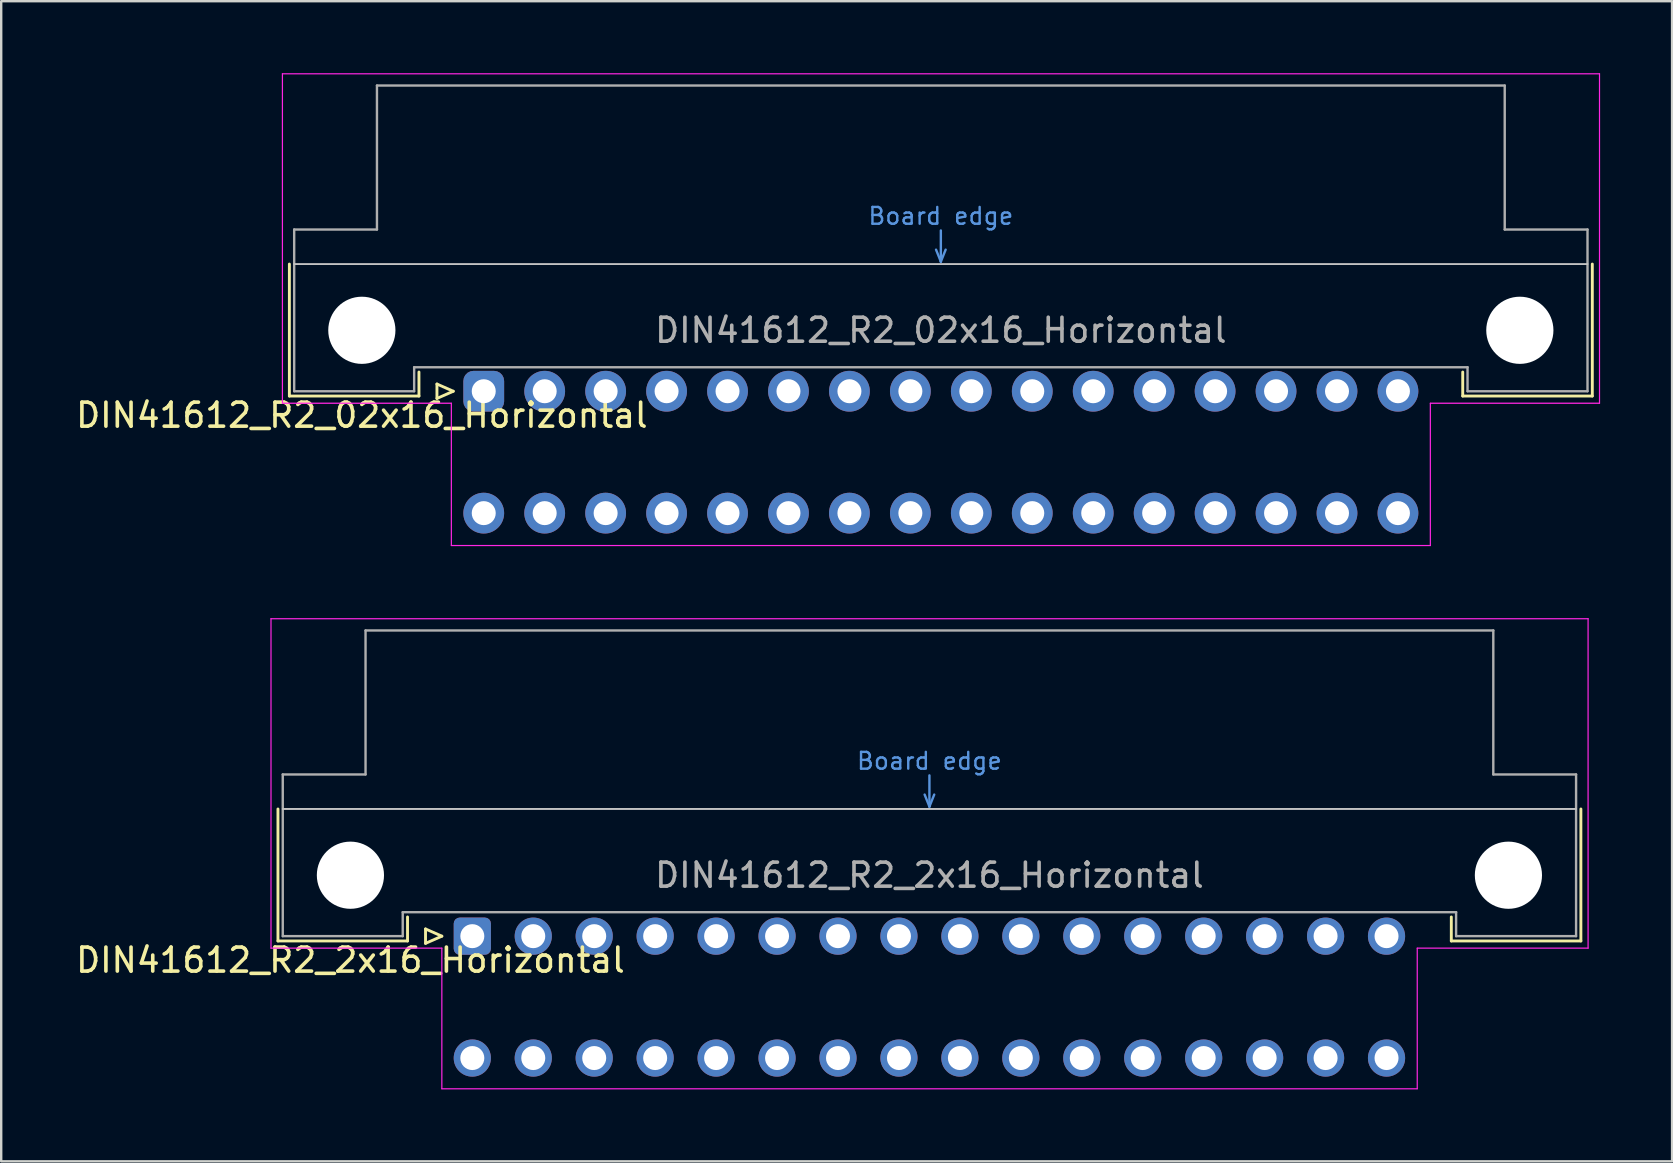
<source format=kicad_pcb>
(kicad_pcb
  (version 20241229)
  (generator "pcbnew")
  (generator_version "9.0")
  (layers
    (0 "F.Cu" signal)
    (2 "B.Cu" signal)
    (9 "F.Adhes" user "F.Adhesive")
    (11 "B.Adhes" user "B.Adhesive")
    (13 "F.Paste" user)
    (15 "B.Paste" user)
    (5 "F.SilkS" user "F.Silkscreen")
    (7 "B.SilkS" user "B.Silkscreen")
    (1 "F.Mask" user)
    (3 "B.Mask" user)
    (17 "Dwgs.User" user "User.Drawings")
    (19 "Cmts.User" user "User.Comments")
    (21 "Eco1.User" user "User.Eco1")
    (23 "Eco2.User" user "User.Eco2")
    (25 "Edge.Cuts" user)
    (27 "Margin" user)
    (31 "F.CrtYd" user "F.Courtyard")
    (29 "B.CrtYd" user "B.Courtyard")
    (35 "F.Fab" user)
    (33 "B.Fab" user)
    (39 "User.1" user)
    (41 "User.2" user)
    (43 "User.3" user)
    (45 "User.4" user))
  (footprint "DIN41612_R2_02x16_Horizontal"
    (layer "F.Cu")
    (at 17.11 13.255)
    (property "Reference" "DIN41612_R2_02x16_Horizontal" (at -5.08 1 0) (layer "F.SilkS") (effects (font (size 1 1) (thickness 0.15))))
    (attr through_hole)
    (fp_line (start -8.1 -5.3) (end -8.1 0.2) (stroke (width 0.12) (type solid)) (layer "F.SilkS"))
    (fp_line (start -8.1 0.2) (end -2.7 0.2) (stroke (width 0.12) (type solid)) (layer "F.SilkS"))
    (fp_line (start -2.7 0.2) (end -2.7 -0.8) (stroke (width 0.12) (type solid)) (layer "F.SilkS"))
    (fp_line (start -1.95 -0.3) (end -1.95 0.3) (stroke (width 0.12) (type solid)) (layer "F.SilkS"))
    (fp_line (start -1.95 0.3) (end -1.27 0) (stroke (width 0.12) (type solid)) (layer "F.SilkS"))
    (fp_line (start -1.27 0) (end -1.95 -0.3) (stroke (width 0.12) (type solid)) (layer "F.SilkS"))
    (fp_line (start 40.8 0.2) (end 40.8 -0.8) (stroke (width 0.12) (type solid)) (layer "F.SilkS"))
    (fp_line (start 46.2 -5.3) (end 46.2 0.2) (stroke (width 0.12) (type solid)) (layer "F.SilkS"))
    (fp_line (start 46.2 0.2) (end 40.8 0.2) (stroke (width 0.12) (type solid)) (layer "F.SilkS"))
    (fp_line (start -7.9 -5.3) (end 46 -5.3) (stroke (width 0.08) (type solid)) (layer "Dwgs.User"))
    (fp_line (start 18.85 -5.9) (end 19.05 -5.4) (stroke (width 0.1) (type solid)) (layer "Cmts.User"))
    (fp_line (start 19.05 -5.4) (end 19.05 -6.7) (stroke (width 0.1) (type solid)) (layer "Cmts.User"))
    (fp_line (start 19.05 -5.4) (end 19.25 -5.9) (stroke (width 0.1) (type solid)) (layer "Cmts.User"))
    (fp_line (start -8.39 -13.23) (end -8.39 0.5) (stroke (width 0.05) (type solid)) (layer "F.CrtYd"))
    (fp_line (start -8.39 0.5) (end -1.35 0.5) (stroke (width 0.05) (type solid)) (layer "F.CrtYd"))
    (fp_line (start -1.35 0.5) (end -1.35 6.43) (stroke (width 0.05) (type solid)) (layer "F.CrtYd"))
    (fp_line (start -1.35 6.43) (end 39.45 6.43) (stroke (width 0.05) (type solid)) (layer "F.CrtYd"))
    (fp_line (start 39.45 0.5) (end 46.5 0.5) (stroke (width 0.05) (type solid)) (layer "F.CrtYd"))
    (fp_line (start 39.45 6.43) (end 39.45 0.5) (stroke (width 0.05) (type solid)) (layer "F.CrtYd"))
    (fp_line (start 46.5 -13.23) (end -8.39 -13.23) (stroke (width 0.05) (type solid)) (layer "F.CrtYd"))
    (fp_line (start 46.5 0.5) (end 46.5 -13.23) (stroke (width 0.05) (type solid)) (layer "F.CrtYd"))
    (fp_line (start -7.9 -6.74) (end -7.9 0) (stroke (width 0.1) (type solid)) (layer "F.Fab"))
    (fp_line (start -7.9 0) (end -2.9 0) (stroke (width 0.1) (type solid)) (layer "F.Fab"))
    (fp_line (start -4.45 -12.74) (end -4.45 -6.74) (stroke (width 0.1) (type solid)) (layer "F.Fab"))
    (fp_line (start -4.45 -6.74) (end -7.9 -6.74) (stroke (width 0.1) (type solid)) (layer "F.Fab"))
    (fp_line (start -2.9 -1) (end 41 -1) (stroke (width 0.1) (type solid)) (layer "F.Fab"))
    (fp_line (start -2.9 0) (end -2.9 -1) (stroke (width 0.1) (type solid)) (layer "F.Fab"))
    (fp_line (start 41 -1) (end 41 0) (stroke (width 0.1) (type solid)) (layer "F.Fab"))
    (fp_line (start 41 0) (end 46 0) (stroke (width 0.1) (type solid)) (layer "F.Fab"))
    (fp_line (start 42.55 -12.74) (end -4.45 -12.74) (stroke (width 0.1) (type solid)) (layer "F.Fab"))
    (fp_line (start 42.55 -6.74) (end 42.55 -12.74) (stroke (width 0.1) (type solid)) (layer "F.Fab"))
    (fp_line (start 46 -6.74) (end 42.55 -6.74) (stroke (width 0.1) (type solid)) (layer "F.Fab"))
    (fp_line (start 46 0) (end 46 -6.74) (stroke (width 0.1) (type solid)) (layer "F.Fab"))
    (fp_text user "Board edge" (at 19.05 -7.3 0) (layer "Cmts.User") (effects (font (size 0.7 0.7) (thickness 0.1))))
    (fp_text user "${REFERENCE}" (at 19.05 -2.54 0) (layer "F.Fab") (effects (font (size 1 1) (thickness 0.15))))
    (pad "" np_thru_hole circle (at -5.08 -2.54) (size 2.8 2.8) (drill 2.8) (layers "*.Cu" "*.Mask"))
    (pad "" np_thru_hole circle (at 43.18 -2.54) (size 2.8 2.8) (drill 2.8) (layers "*.Cu" "*.Mask"))
    (pad "a1" thru_hole roundrect (at 0 0) (size 1.7 1.7) (drill 1) (layers "*.Cu" "*.Mask") (roundrect_rratio 0.25))
    (pad "a2" thru_hole circle (at 2.54 0) (size 1.7 1.7) (drill 1) (layers "*.Cu" "*.Mask"))
    (pad "a3" thru_hole circle (at 5.08 0) (size 1.7 1.7) (drill 1) (layers "*.Cu" "*.Mask"))
    (pad "a4" thru_hole circle (at 7.62 0) (size 1.7 1.7) (drill 1) (layers "*.Cu" "*.Mask"))
    (pad "a5" thru_hole circle (at 10.16 0) (size 1.7 1.7) (drill 1) (layers "*.Cu" "*.Mask"))
    (pad "a6" thru_hole circle (at 12.7 0) (size 1.7 1.7) (drill 1) (layers "*.Cu" "*.Mask"))
    (pad "a7" thru_hole circle (at 15.24 0) (size 1.7 1.7) (drill 1) (layers "*.Cu" "*.Mask"))
    (pad "a8" thru_hole circle (at 17.78 0) (size 1.7 1.7) (drill 1) (layers "*.Cu" "*.Mask"))
    (pad "a9" thru_hole circle (at 20.32 0) (size 1.7 1.7) (drill 1) (layers "*.Cu" "*.Mask"))
    (pad "a10" thru_hole circle (at 22.86 0) (size 1.7 1.7) (drill 1) (layers "*.Cu" "*.Mask"))
    (pad "a11" thru_hole circle (at 25.4 0) (size 1.7 1.7) (drill 1) (layers "*.Cu" "*.Mask"))
    (pad "a12" thru_hole circle (at 27.94 0) (size 1.7 1.7) (drill 1) (layers "*.Cu" "*.Mask"))
    (pad "a13" thru_hole circle (at 30.48 0) (size 1.7 1.7) (drill 1) (layers "*.Cu" "*.Mask"))
    (pad "a14" thru_hole circle (at 33.02 0) (size 1.7 1.7) (drill 1) (layers "*.Cu" "*.Mask"))
    (pad "a15" thru_hole circle (at 35.56 0) (size 1.7 1.7) (drill 1) (layers "*.Cu" "*.Mask"))
    (pad "a16" thru_hole circle (at 38.1 0) (size 1.7 1.7) (drill 1) (layers "*.Cu" "*.Mask"))
    (pad "c1" thru_hole circle (at 0 5.08) (size 1.7 1.7) (drill 1) (layers "*.Cu" "*.Mask"))
    (pad "c2" thru_hole circle (at 2.54 5.08) (size 1.7 1.7) (drill 1) (layers "*.Cu" "*.Mask"))
    (pad "c3" thru_hole circle (at 5.08 5.08) (size 1.7 1.7) (drill 1) (layers "*.Cu" "*.Mask"))
    (pad "c4" thru_hole circle (at 7.62 5.08) (size 1.7 1.7) (drill 1) (layers "*.Cu" "*.Mask"))
    (pad "c5" thru_hole circle (at 10.16 5.08) (size 1.7 1.7) (drill 1) (layers "*.Cu" "*.Mask"))
    (pad "c6" thru_hole circle (at 12.7 5.08) (size 1.7 1.7) (drill 1) (layers "*.Cu" "*.Mask"))
    (pad "c7" thru_hole circle (at 15.24 5.08) (size 1.7 1.7) (drill 1) (layers "*.Cu" "*.Mask"))
    (pad "c8" thru_hole circle (at 17.78 5.08) (size 1.7 1.7) (drill 1) (layers "*.Cu" "*.Mask"))
    (pad "c9" thru_hole circle (at 20.32 5.08) (size 1.7 1.7) (drill 1) (layers "*.Cu" "*.Mask"))
    (pad "c10" thru_hole circle (at 22.86 5.08) (size 1.7 1.7) (drill 1) (layers "*.Cu" "*.Mask"))
    (pad "c11" thru_hole circle (at 25.4 5.08) (size 1.7 1.7) (drill 1) (layers "*.Cu" "*.Mask"))
    (pad "c12" thru_hole circle (at 27.94 5.08) (size 1.7 1.7) (drill 1) (layers "*.Cu" "*.Mask"))
    (pad "c13" thru_hole circle (at 30.48 5.08) (size 1.7 1.7) (drill 1) (layers "*.Cu" "*.Mask"))
    (pad "c14" thru_hole circle (at 33.02 5.08) (size 1.7 1.7) (drill 1) (layers "*.Cu" "*.Mask"))
    (pad "c15" thru_hole circle (at 35.56 5.08) (size 1.7 1.7) (drill 1) (layers "*.Cu" "*.Mask"))
    (pad "c16" thru_hole circle (at 38.1 5.08) (size 1.7 1.7) (drill 1) (layers "*.Cu" "*.Mask")))
  (footprint "DIN41612_R2_2x16_Horizontal"
    (layer "F.Cu")
    (at 16.634 35.965)
    (property "Reference" "DIN41612_R2_2x16_Horizontal" (at -5.08 1 0) (layer "F.SilkS") (effects (font (size 1 1) (thickness 0.15))))
    (attr through_hole)
    (fp_line (start -8.1 -5.3) (end -8.1 0.2) (stroke (width 0.12) (type solid)) (layer "F.SilkS"))
    (fp_line (start -8.1 0.2) (end -2.7 0.2) (stroke (width 0.12) (type solid)) (layer "F.SilkS"))
    (fp_line (start -2.7 0.2) (end -2.7 -0.8) (stroke (width 0.12) (type solid)) (layer "F.SilkS"))
    (fp_line (start -1.95 -0.3) (end -1.95 0.3) (stroke (width 0.12) (type solid)) (layer "F.SilkS"))
    (fp_line (start -1.95 0.3) (end -1.27 0) (stroke (width 0.12) (type solid)) (layer "F.SilkS"))
    (fp_line (start -1.27 0) (end -1.95 -0.3) (stroke (width 0.12) (type solid)) (layer "F.SilkS"))
    (fp_line (start 40.8 0.2) (end 40.8 -0.8) (stroke (width 0.12) (type solid)) (layer "F.SilkS"))
    (fp_line (start 46.2 -5.3) (end 46.2 0.2) (stroke (width 0.12) (type solid)) (layer "F.SilkS"))
    (fp_line (start 46.2 0.2) (end 40.8 0.2) (stroke (width 0.12) (type solid)) (layer "F.SilkS"))
    (fp_line (start -7.9 -5.3) (end 46 -5.3) (stroke (width 0.08) (type solid)) (layer "Dwgs.User"))
    (fp_line (start 18.85 -5.9) (end 19.05 -5.4) (stroke (width 0.1) (type solid)) (layer "Cmts.User"))
    (fp_line (start 19.05 -5.4) (end 19.05 -6.7) (stroke (width 0.1) (type solid)) (layer "Cmts.User"))
    (fp_line (start 19.05 -5.4) (end 19.25 -5.9) (stroke (width 0.1) (type solid)) (layer "Cmts.User"))
    (fp_line (start -8.39 -13.23) (end -8.39 0.5) (stroke (width 0.05) (type solid)) (layer "F.CrtYd"))
    (fp_line (start -8.39 0.5) (end -1.27 0.5) (stroke (width 0.05) (type solid)) (layer "F.CrtYd"))
    (fp_line (start -1.27 0.5) (end -1.27 6.36) (stroke (width 0.05) (type solid)) (layer "F.CrtYd"))
    (fp_line (start -1.27 6.36) (end 39.38 6.36) (stroke (width 0.05) (type solid)) (layer "F.CrtYd"))
    (fp_line (start 39.38 0.5) (end 46.5 0.5) (stroke (width 0.05) (type solid)) (layer "F.CrtYd"))
    (fp_line (start 39.38 6.36) (end 39.38 0.5) (stroke (width 0.05) (type solid)) (layer "F.CrtYd"))
    (fp_line (start 46.5 -13.23) (end -8.39 -13.23) (stroke (width 0.05) (type solid)) (layer "F.CrtYd"))
    (fp_line (start 46.5 0.5) (end 46.5 -13.23) (stroke (width 0.05) (type solid)) (layer "F.CrtYd"))
    (fp_line (start -7.9 -6.74) (end -7.9 0) (stroke (width 0.1) (type solid)) (layer "F.Fab"))
    (fp_line (start -7.9 0) (end -2.9 0) (stroke (width 0.1) (type solid)) (layer "F.Fab"))
    (fp_line (start -4.45 -12.74) (end -4.45 -6.74) (stroke (width 0.1) (type solid)) (layer "F.Fab"))
    (fp_line (start -4.45 -6.74) (end -7.9 -6.74) (stroke (width 0.1) (type solid)) (layer "F.Fab"))
    (fp_line (start -2.9 -1) (end 41 -1) (stroke (width 0.1) (type solid)) (layer "F.Fab"))
    (fp_line (start -2.9 0) (end -2.9 -1) (stroke (width 0.1) (type solid)) (layer "F.Fab"))
    (fp_line (start 41 -1) (end 41 0) (stroke (width 0.1) (type solid)) (layer "F.Fab"))
    (fp_line (start 41 0) (end 46 0) (stroke (width 0.1) (type solid)) (layer "F.Fab"))
    (fp_line (start 42.55 -12.74) (end -4.45 -12.74) (stroke (width 0.1) (type solid)) (layer "F.Fab"))
    (fp_line (start 42.55 -6.74) (end 42.55 -12.74) (stroke (width 0.1) (type solid)) (layer "F.Fab"))
    (fp_line (start 46 -6.74) (end 42.55 -6.74) (stroke (width 0.1) (type solid)) (layer "F.Fab"))
    (fp_line (start 46 0) (end 46 -6.74) (stroke (width 0.1) (type solid)) (layer "F.Fab"))
    (fp_text user "Board edge" (at 19.05 -7.3 0) (layer "Cmts.User") (effects (font (size 0.7 0.7) (thickness 0.1))))
    (fp_text user "${REFERENCE}" (at 19.05 -2.54 0) (layer "F.Fab") (effects (font (size 1 1) (thickness 0.15))))
    (pad "" np_thru_hole circle (at -5.08 -2.54) (size 2.8 2.8) (drill 2.8) (layers "*.Cu" "*.Mask"))
    (pad "" np_thru_hole circle (at 43.18 -2.54) (size 2.8 2.8) (drill 2.8) (layers "*.Cu" "*.Mask"))
    (pad "a1" thru_hole roundrect (at 0 0) (size 1.55 1.55) (drill 1) (layers "*.Cu" "*.Mask") (roundrect_rratio 0.161))
    (pad "a2" thru_hole circle (at 2.54 0) (size 1.55 1.55) (drill 1) (layers "*.Cu" "*.Mask"))
    (pad "a3" thru_hole circle (at 5.08 0) (size 1.55 1.55) (drill 1) (layers "*.Cu" "*.Mask"))
    (pad "a4" thru_hole circle (at 7.62 0) (size 1.55 1.55) (drill 1) (layers "*.Cu" "*.Mask"))
    (pad "a5" thru_hole circle (at 10.16 0) (size 1.55 1.55) (drill 1) (layers "*.Cu" "*.Mask"))
    (pad "a6" thru_hole circle (at 12.7 0) (size 1.55 1.55) (drill 1) (layers "*.Cu" "*.Mask"))
    (pad "a7" thru_hole circle (at 15.24 0) (size 1.55 1.55) (drill 1) (layers "*.Cu" "*.Mask"))
    (pad "a8" thru_hole circle (at 17.78 0) (size 1.55 1.55) (drill 1) (layers "*.Cu" "*.Mask"))
    (pad "a9" thru_hole circle (at 20.32 0) (size 1.55 1.55) (drill 1) (layers "*.Cu" "*.Mask"))
    (pad "a10" thru_hole circle (at 22.86 0) (size 1.55 1.55) (drill 1) (layers "*.Cu" "*.Mask"))
    (pad "a11" thru_hole circle (at 25.4 0) (size 1.55 1.55) (drill 1) (layers "*.Cu" "*.Mask"))
    (pad "a12" thru_hole circle (at 27.94 0) (size 1.55 1.55) (drill 1) (layers "*.Cu" "*.Mask"))
    (pad "a13" thru_hole circle (at 30.48 0) (size 1.55 1.55) (drill 1) (layers "*.Cu" "*.Mask"))
    (pad "a14" thru_hole circle (at 33.02 0) (size 1.55 1.55) (drill 1) (layers "*.Cu" "*.Mask"))
    (pad "a15" thru_hole circle (at 35.56 0) (size 1.55 1.55) (drill 1) (layers "*.Cu" "*.Mask"))
    (pad "a16" thru_hole circle (at 38.1 0) (size 1.55 1.55) (drill 1) (layers "*.Cu" "*.Mask"))
    (pad "c1" thru_hole circle (at 0 5.08) (size 1.55 1.55) (drill 1) (layers "*.Cu" "*.Mask"))
    (pad "c2" thru_hole circle (at 2.54 5.08) (size 1.55 1.55) (drill 1) (layers "*.Cu" "*.Mask"))
    (pad "c3" thru_hole circle (at 5.08 5.08) (size 1.55 1.55) (drill 1) (layers "*.Cu" "*.Mask"))
    (pad "c4" thru_hole circle (at 7.62 5.08) (size 1.55 1.55) (drill 1) (layers "*.Cu" "*.Mask"))
    (pad "c5" thru_hole circle (at 10.16 5.08) (size 1.55 1.55) (drill 1) (layers "*.Cu" "*.Mask"))
    (pad "c6" thru_hole circle (at 12.7 5.08) (size 1.55 1.55) (drill 1) (layers "*.Cu" "*.Mask"))
    (pad "c7" thru_hole circle (at 15.24 5.08) (size 1.55 1.55) (drill 1) (layers "*.Cu" "*.Mask"))
    (pad "c8" thru_hole circle (at 17.78 5.08) (size 1.55 1.55) (drill 1) (layers "*.Cu" "*.Mask"))
    (pad "c9" thru_hole circle (at 20.32 5.08) (size 1.55 1.55) (drill 1) (layers "*.Cu" "*.Mask"))
    (pad "c10" thru_hole circle (at 22.86 5.08) (size 1.55 1.55) (drill 1) (layers "*.Cu" "*.Mask"))
    (pad "c11" thru_hole circle (at 25.4 5.08) (size 1.55 1.55) (drill 1) (layers "*.Cu" "*.Mask"))
    (pad "c12" thru_hole circle (at 27.94 5.08) (size 1.55 1.55) (drill 1) (layers "*.Cu" "*.Mask"))
    (pad "c13" thru_hole circle (at 30.48 5.08) (size 1.55 1.55) (drill 1) (layers "*.Cu" "*.Mask"))
    (pad "c14" thru_hole circle (at 33.02 5.08) (size 1.55 1.55) (drill 1) (layers "*.Cu" "*.Mask"))
    (pad "c15" thru_hole circle (at 35.56 5.08) (size 1.55 1.55) (drill 1) (layers "*.Cu" "*.Mask"))
    (pad "c16" thru_hole circle (at 38.1 5.08) (size 1.55 1.55) (drill 1) (layers "*.Cu" "*.Mask")))
  (gr_rect
    (start -3 -3)
    (end 66.635 45.35)
    (stroke (width 0.1) (type default))
    (fill no)
    (layer "Edge.Cuts")))
</source>
